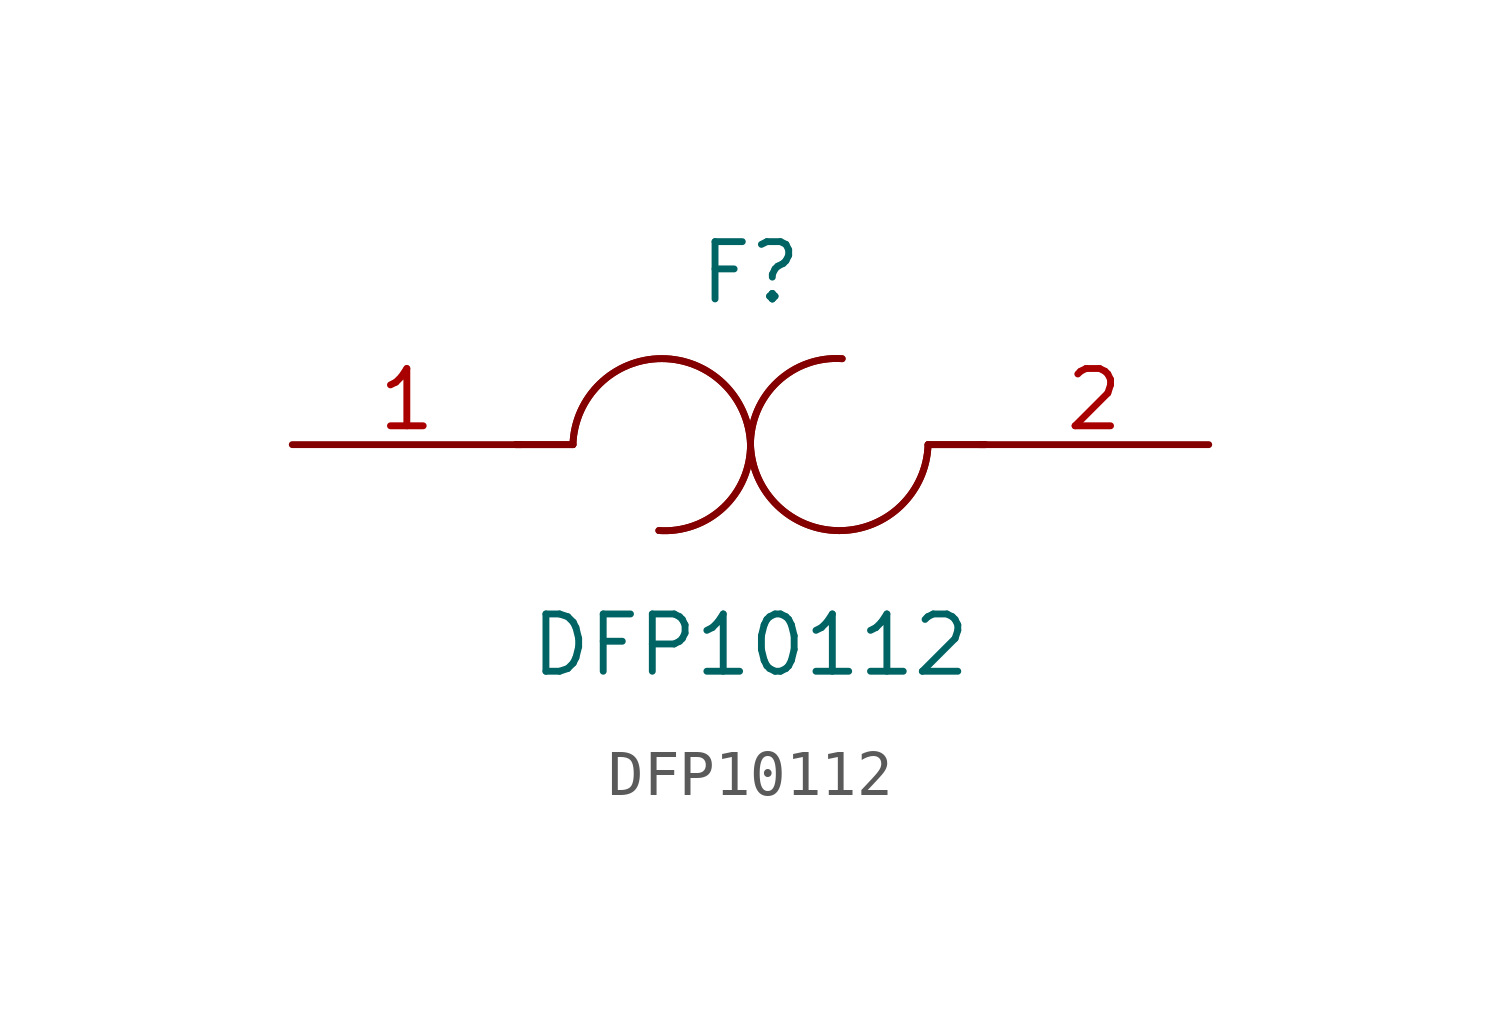
<source format=kicad_sym>
(kicad_symbol_lib
  (version 20220914)
  (generator kicad_symbol_editor)
  (symbol "DFP10112"
    (pin_names
      (offset 0))
    (property "Reference" "F"
      (at 0 3.81 0)
      (effects (font (size 1.27 1.27))))
    (property "Value" "DFP10112"
      (at 0 -4.445 0)
      (effects (font (size 1.27 1.27))))
    (symbol "DFP10112_0_1"
      (arc (start -2.032 -1.905) (mid -0.6006 -1.3942) (end 0 0) (stroke (width 0) (type default)) (fill (type none)))
      (arc (start -2.032 -1.905) (mid -0.6006 -1.3942) (end 0 0) (stroke (width 0) (type default)) (fill (type none)))
      (arc (start 0 0) (mid -1.9561 1.9057) (end -3.937 0) (stroke (width 0) (type default)) (fill (type none)))
      (arc (start 0 0) (mid -1.9561 1.9057) (end -3.937 0) (stroke (width 0) (type default)) (fill (type none)))
      (polyline (pts (xy -3.937 0) (xy -5.207 0)) (stroke (width 0) (type default)) (fill (type none)))
      (polyline (pts (xy -3.937 0) (xy -5.207 0)) (stroke (width 0) (type default)) (fill (type none)))
      (polyline (pts (xy 3.937 0) (xy 5.207 0)) (stroke (width 0) (type default)) (fill (type none)))
      (polyline (pts (xy 3.937 0) (xy 5.207 0)) (stroke (width 0) (type default)) (fill (type none)))
      (arc (start 0 0) (mid 1.9561 -1.9057) (end 3.937 0) (stroke (width 0) (type default)) (fill (type none)))
      (arc (start 0 0) (mid 1.9561 -1.9057) (end 3.937 0) (stroke (width 0) (type default)) (fill (type none)))
      (arc (start 2.032 1.905) (mid 0.6006 1.3942) (end 0 0) (stroke (width 0) (type default)) (fill (type none)))
      (arc (start 2.032 1.905) (mid 0.6006 1.3942) (end 0 0) (stroke (width 0) (type default)) (fill (type none))))
    (symbol "DFP10112_1_1"
      (pin passive line (at -10.16 0 0) (length 5.08) (name "~" (effects (font (size 1.27 1.27)))) (number "1" (effects (font (size 1.27 1.27)))))
      (pin passive line (at 10.16 0 180) (length 5.08) (name "~" (effects (font (size 1.27 1.27)))) (number "2" (effects (font (size 1.27 1.27))))))))
</source>
